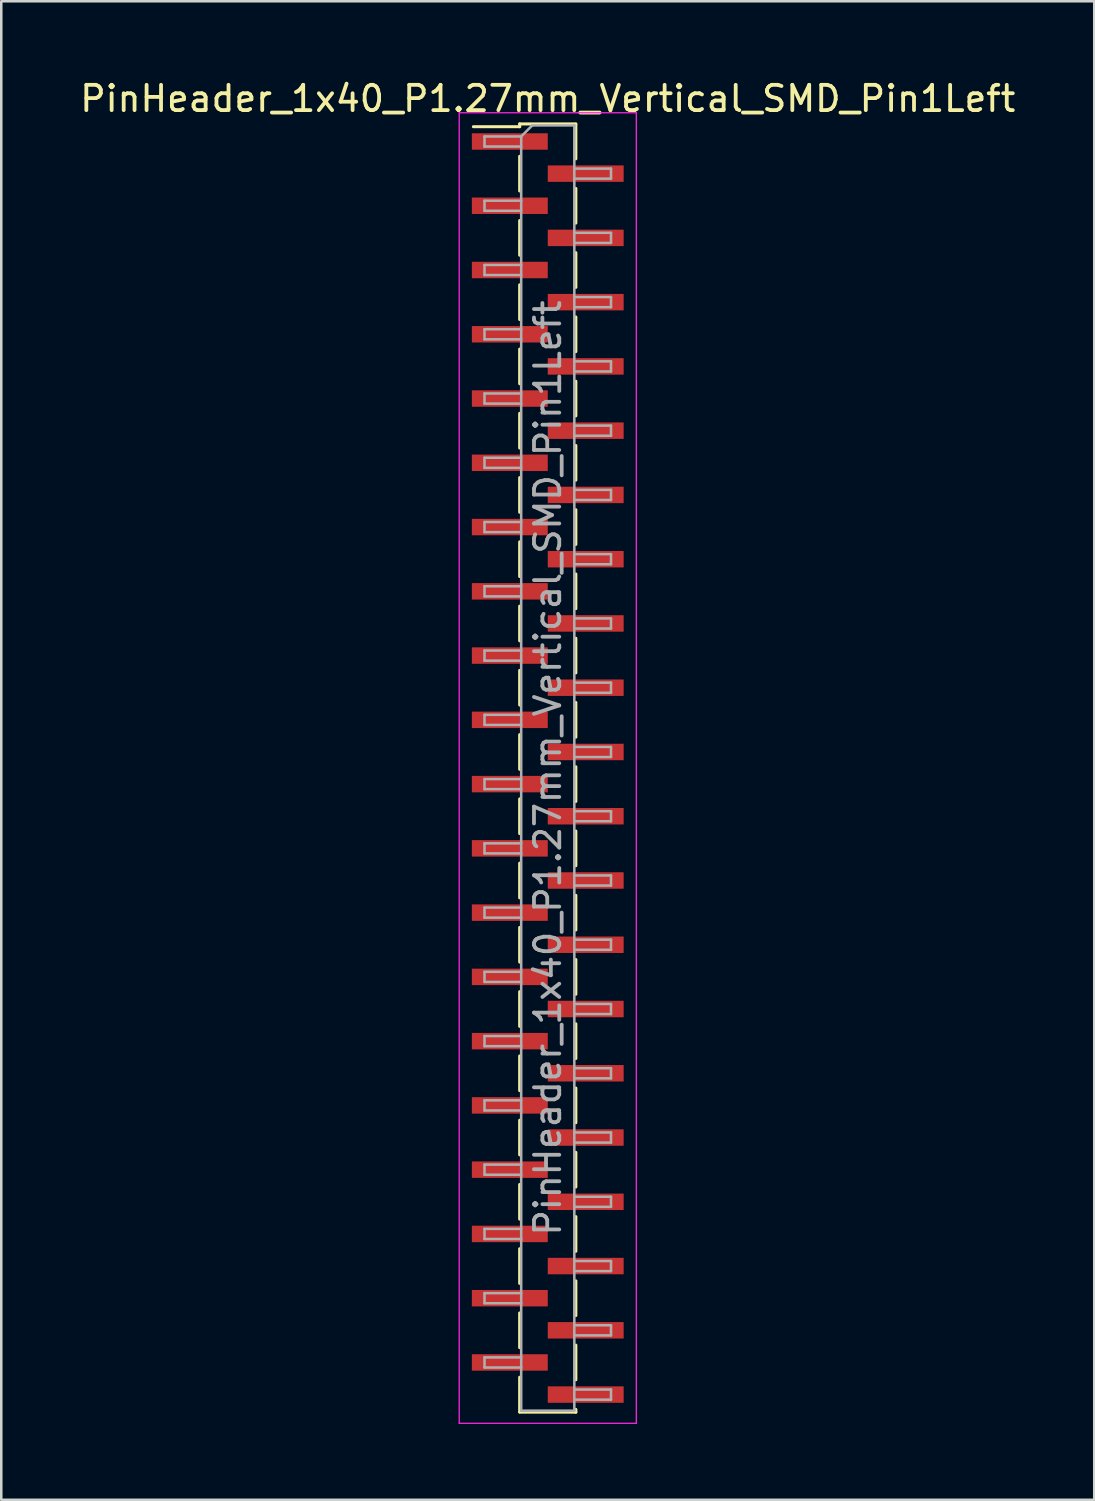
<source format=kicad_pcb>
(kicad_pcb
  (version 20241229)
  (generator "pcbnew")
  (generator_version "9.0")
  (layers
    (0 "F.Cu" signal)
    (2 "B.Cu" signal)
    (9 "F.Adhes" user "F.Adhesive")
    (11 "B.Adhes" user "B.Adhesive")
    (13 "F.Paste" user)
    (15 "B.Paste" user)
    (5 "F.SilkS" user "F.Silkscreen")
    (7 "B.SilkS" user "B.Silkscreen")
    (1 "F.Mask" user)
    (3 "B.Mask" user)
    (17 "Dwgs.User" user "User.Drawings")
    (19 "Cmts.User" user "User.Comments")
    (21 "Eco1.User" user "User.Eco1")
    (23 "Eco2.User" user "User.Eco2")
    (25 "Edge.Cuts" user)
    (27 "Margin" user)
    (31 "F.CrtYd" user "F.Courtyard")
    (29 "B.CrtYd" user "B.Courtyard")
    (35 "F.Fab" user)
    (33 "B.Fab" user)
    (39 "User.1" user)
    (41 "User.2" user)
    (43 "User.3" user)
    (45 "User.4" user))
  (footprint "PinHeader_1x40_P1.27mm_Vertical_SMD_Pin1Left"
    (layer "F.Cu")
    (at 18.601 27.308)
    (property "Reference" "PinHeader_1x40_P1.27mm_Vertical_SMD_Pin1Left" (at 0 -26.46 0) (layer "F.SilkS") (effects (font (size 1 1) (thickness 0.15))))
    (attr smd)
    (fp_line (start -1.11 -25.46) (end -1.11 -25.35) (stroke (width 0.12) (type solid)) (layer "F.SilkS"))
    (fp_line (start -1.11 -25.46) (end 1.11 -25.46) (stroke (width 0.12) (type solid)) (layer "F.SilkS"))
    (fp_line (start -1.11 -25.35) (end -2.94 -25.35) (stroke (width 0.12) (type solid)) (layer "F.SilkS"))
    (fp_line (start -1.11 -24.18) (end -1.11 -22.81) (stroke (width 0.12) (type solid)) (layer "F.SilkS"))
    (fp_line (start -1.11 -21.64) (end -1.11 -20.27) (stroke (width 0.12) (type solid)) (layer "F.SilkS"))
    (fp_line (start -1.11 -19.1) (end -1.11 -17.73) (stroke (width 0.12) (type solid)) (layer "F.SilkS"))
    (fp_line (start -1.11 -16.56) (end -1.11 -15.19) (stroke (width 0.12) (type solid)) (layer "F.SilkS"))
    (fp_line (start -1.11 -14.02) (end -1.11 -12.65) (stroke (width 0.12) (type solid)) (layer "F.SilkS"))
    (fp_line (start -1.11 -11.48) (end -1.11 -10.11) (stroke (width 0.12) (type solid)) (layer "F.SilkS"))
    (fp_line (start -1.11 -8.94) (end -1.11 -7.57) (stroke (width 0.12) (type solid)) (layer "F.SilkS"))
    (fp_line (start -1.11 -6.4) (end -1.11 -5.03) (stroke (width 0.12) (type solid)) (layer "F.SilkS"))
    (fp_line (start -1.11 -3.86) (end -1.11 -2.49) (stroke (width 0.12) (type solid)) (layer "F.SilkS"))
    (fp_line (start -1.11 -1.32) (end -1.11 0.05) (stroke (width 0.12) (type solid)) (layer "F.SilkS"))
    (fp_line (start -1.11 1.22) (end -1.11 2.59) (stroke (width 0.12) (type solid)) (layer "F.SilkS"))
    (fp_line (start -1.11 3.76) (end -1.11 5.13) (stroke (width 0.12) (type solid)) (layer "F.SilkS"))
    (fp_line (start -1.11 6.3) (end -1.11 7.67) (stroke (width 0.12) (type solid)) (layer "F.SilkS"))
    (fp_line (start -1.11 8.84) (end -1.11 10.21) (stroke (width 0.12) (type solid)) (layer "F.SilkS"))
    (fp_line (start -1.11 11.38) (end -1.11 12.75) (stroke (width 0.12) (type solid)) (layer "F.SilkS"))
    (fp_line (start -1.11 13.92) (end -1.11 15.29) (stroke (width 0.12) (type solid)) (layer "F.SilkS"))
    (fp_line (start -1.11 16.46) (end -1.11 17.83) (stroke (width 0.12) (type solid)) (layer "F.SilkS"))
    (fp_line (start -1.11 19) (end -1.11 20.37) (stroke (width 0.12) (type solid)) (layer "F.SilkS"))
    (fp_line (start -1.11 21.54) (end -1.11 22.91) (stroke (width 0.12) (type solid)) (layer "F.SilkS"))
    (fp_line (start -1.11 24.08) (end -1.11 25.45) (stroke (width 0.12) (type solid)) (layer "F.SilkS"))
    (fp_line (start -1.11 25.46) (end 1.11 25.46) (stroke (width 0.12) (type solid)) (layer "F.SilkS"))
    (fp_line (start 1.11 -25.45) (end 1.11 -24.08) (stroke (width 0.12) (type solid)) (layer "F.SilkS"))
    (fp_line (start 1.11 -22.91) (end 1.11 -21.54) (stroke (width 0.12) (type solid)) (layer "F.SilkS"))
    (fp_line (start 1.11 -20.37) (end 1.11 -19) (stroke (width 0.12) (type solid)) (layer "F.SilkS"))
    (fp_line (start 1.11 -17.83) (end 1.11 -16.46) (stroke (width 0.12) (type solid)) (layer "F.SilkS"))
    (fp_line (start 1.11 -15.29) (end 1.11 -13.92) (stroke (width 0.12) (type solid)) (layer "F.SilkS"))
    (fp_line (start 1.11 -12.75) (end 1.11 -11.38) (stroke (width 0.12) (type solid)) (layer "F.SilkS"))
    (fp_line (start 1.11 -10.21) (end 1.11 -8.84) (stroke (width 0.12) (type solid)) (layer "F.SilkS"))
    (fp_line (start 1.11 -7.67) (end 1.11 -6.3) (stroke (width 0.12) (type solid)) (layer "F.SilkS"))
    (fp_line (start 1.11 -5.13) (end 1.11 -3.76) (stroke (width 0.12) (type solid)) (layer "F.SilkS"))
    (fp_line (start 1.11 -2.59) (end 1.11 -1.22) (stroke (width 0.12) (type solid)) (layer "F.SilkS"))
    (fp_line (start 1.11 -0.05) (end 1.11 1.32) (stroke (width 0.12) (type solid)) (layer "F.SilkS"))
    (fp_line (start 1.11 2.49) (end 1.11 3.86) (stroke (width 0.12) (type solid)) (layer "F.SilkS"))
    (fp_line (start 1.11 5.03) (end 1.11 6.4) (stroke (width 0.12) (type solid)) (layer "F.SilkS"))
    (fp_line (start 1.11 7.57) (end 1.11 8.94) (stroke (width 0.12) (type solid)) (layer "F.SilkS"))
    (fp_line (start 1.11 10.11) (end 1.11 11.48) (stroke (width 0.12) (type solid)) (layer "F.SilkS"))
    (fp_line (start 1.11 12.65) (end 1.11 14.02) (stroke (width 0.12) (type solid)) (layer "F.SilkS"))
    (fp_line (start 1.11 15.19) (end 1.11 16.56) (stroke (width 0.12) (type solid)) (layer "F.SilkS"))
    (fp_line (start 1.11 17.73) (end 1.11 19.1) (stroke (width 0.12) (type solid)) (layer "F.SilkS"))
    (fp_line (start 1.11 20.27) (end 1.11 21.64) (stroke (width 0.12) (type solid)) (layer "F.SilkS"))
    (fp_line (start 1.11 22.81) (end 1.11 24.18) (stroke (width 0.12) (type solid)) (layer "F.SilkS"))
    (fp_line (start 1.11 25.35) (end 1.11 25.46) (stroke (width 0.12) (type solid)) (layer "F.SilkS"))
    (fp_line (start -3.5 -25.9) (end -3.5 25.9) (stroke (width 0.05) (type solid)) (layer "F.CrtYd"))
    (fp_line (start -3.5 25.9) (end 3.5 25.9) (stroke (width 0.05) (type solid)) (layer "F.CrtYd"))
    (fp_line (start 3.5 -25.9) (end -3.5 -25.9) (stroke (width 0.05) (type solid)) (layer "F.CrtYd"))
    (fp_line (start 3.5 25.9) (end 3.5 -25.9) (stroke (width 0.05) (type solid)) (layer "F.CrtYd"))
    (fp_line (start -2.5 -24.965) (end -2.5 -24.565) (stroke (width 0.1) (type solid)) (layer "F.Fab"))
    (fp_line (start -2.5 -24.565) (end -1.05 -24.565) (stroke (width 0.1) (type solid)) (layer "F.Fab"))
    (fp_line (start -2.5 -22.425) (end -2.5 -22.025) (stroke (width 0.1) (type solid)) (layer "F.Fab"))
    (fp_line (start -2.5 -22.025) (end -1.05 -22.025) (stroke (width 0.1) (type solid)) (layer "F.Fab"))
    (fp_line (start -2.5 -19.885) (end -2.5 -19.485) (stroke (width 0.1) (type solid)) (layer "F.Fab"))
    (fp_line (start -2.5 -19.485) (end -1.05 -19.485) (stroke (width 0.1) (type solid)) (layer "F.Fab"))
    (fp_line (start -2.5 -17.345) (end -2.5 -16.945) (stroke (width 0.1) (type solid)) (layer "F.Fab"))
    (fp_line (start -2.5 -16.945) (end -1.05 -16.945) (stroke (width 0.1) (type solid)) (layer "F.Fab"))
    (fp_line (start -2.5 -14.805) (end -2.5 -14.405) (stroke (width 0.1) (type solid)) (layer "F.Fab"))
    (fp_line (start -2.5 -14.405) (end -1.05 -14.405) (stroke (width 0.1) (type solid)) (layer "F.Fab"))
    (fp_line (start -2.5 -12.265) (end -2.5 -11.865) (stroke (width 0.1) (type solid)) (layer "F.Fab"))
    (fp_line (start -2.5 -11.865) (end -1.05 -11.865) (stroke (width 0.1) (type solid)) (layer "F.Fab"))
    (fp_line (start -2.5 -9.725) (end -2.5 -9.325) (stroke (width 0.1) (type solid)) (layer "F.Fab"))
    (fp_line (start -2.5 -9.325) (end -1.05 -9.325) (stroke (width 0.1) (type solid)) (layer "F.Fab"))
    (fp_line (start -2.5 -7.185) (end -2.5 -6.785) (stroke (width 0.1) (type solid)) (layer "F.Fab"))
    (fp_line (start -2.5 -6.785) (end -1.05 -6.785) (stroke (width 0.1) (type solid)) (layer "F.Fab"))
    (fp_line (start -2.5 -4.645) (end -2.5 -4.245) (stroke (width 0.1) (type solid)) (layer "F.Fab"))
    (fp_line (start -2.5 -4.245) (end -1.05 -4.245) (stroke (width 0.1) (type solid)) (layer "F.Fab"))
    (fp_line (start -2.5 -2.105) (end -2.5 -1.705) (stroke (width 0.1) (type solid)) (layer "F.Fab"))
    (fp_line (start -2.5 -1.705) (end -1.05 -1.705) (stroke (width 0.1) (type solid)) (layer "F.Fab"))
    (fp_line (start -2.5 0.435) (end -2.5 0.835) (stroke (width 0.1) (type solid)) (layer "F.Fab"))
    (fp_line (start -2.5 0.835) (end -1.05 0.835) (stroke (width 0.1) (type solid)) (layer "F.Fab"))
    (fp_line (start -2.5 2.975) (end -2.5 3.375) (stroke (width 0.1) (type solid)) (layer "F.Fab"))
    (fp_line (start -2.5 3.375) (end -1.05 3.375) (stroke (width 0.1) (type solid)) (layer "F.Fab"))
    (fp_line (start -2.5 5.515) (end -2.5 5.915) (stroke (width 0.1) (type solid)) (layer "F.Fab"))
    (fp_line (start -2.5 5.915) (end -1.05 5.915) (stroke (width 0.1) (type solid)) (layer "F.Fab"))
    (fp_line (start -2.5 8.055) (end -2.5 8.455) (stroke (width 0.1) (type solid)) (layer "F.Fab"))
    (fp_line (start -2.5 8.455) (end -1.05 8.455) (stroke (width 0.1) (type solid)) (layer "F.Fab"))
    (fp_line (start -2.5 10.595) (end -2.5 10.995) (stroke (width 0.1) (type solid)) (layer "F.Fab"))
    (fp_line (start -2.5 10.995) (end -1.05 10.995) (stroke (width 0.1) (type solid)) (layer "F.Fab"))
    (fp_line (start -2.5 13.135) (end -2.5 13.535) (stroke (width 0.1) (type solid)) (layer "F.Fab"))
    (fp_line (start -2.5 13.535) (end -1.05 13.535) (stroke (width 0.1) (type solid)) (layer "F.Fab"))
    (fp_line (start -2.5 15.675) (end -2.5 16.075) (stroke (width 0.1) (type solid)) (layer "F.Fab"))
    (fp_line (start -2.5 16.075) (end -1.05 16.075) (stroke (width 0.1) (type solid)) (layer "F.Fab"))
    (fp_line (start -2.5 18.215) (end -2.5 18.615) (stroke (width 0.1) (type solid)) (layer "F.Fab"))
    (fp_line (start -2.5 18.615) (end -1.05 18.615) (stroke (width 0.1) (type solid)) (layer "F.Fab"))
    (fp_line (start -2.5 20.755) (end -2.5 21.155) (stroke (width 0.1) (type solid)) (layer "F.Fab"))
    (fp_line (start -2.5 21.155) (end -1.05 21.155) (stroke (width 0.1) (type solid)) (layer "F.Fab"))
    (fp_line (start -2.5 23.295) (end -2.5 23.695) (stroke (width 0.1) (type solid)) (layer "F.Fab"))
    (fp_line (start -2.5 23.695) (end -1.05 23.695) (stroke (width 0.1) (type solid)) (layer "F.Fab"))
    (fp_line (start -1.05 -24.965) (end -2.5 -24.965) (stroke (width 0.1) (type solid)) (layer "F.Fab"))
    (fp_line (start -1.05 -24.965) (end -0.615 -25.4) (stroke (width 0.1) (type solid)) (layer "F.Fab"))
    (fp_line (start -1.05 -22.425) (end -2.5 -22.425) (stroke (width 0.1) (type solid)) (layer "F.Fab"))
    (fp_line (start -1.05 -19.885) (end -2.5 -19.885) (stroke (width 0.1) (type solid)) (layer "F.Fab"))
    (fp_line (start -1.05 -17.345) (end -2.5 -17.345) (stroke (width 0.1) (type solid)) (layer "F.Fab"))
    (fp_line (start -1.05 -14.805) (end -2.5 -14.805) (stroke (width 0.1) (type solid)) (layer "F.Fab"))
    (fp_line (start -1.05 -12.265) (end -2.5 -12.265) (stroke (width 0.1) (type solid)) (layer "F.Fab"))
    (fp_line (start -1.05 -9.725) (end -2.5 -9.725) (stroke (width 0.1) (type solid)) (layer "F.Fab"))
    (fp_line (start -1.05 -7.185) (end -2.5 -7.185) (stroke (width 0.1) (type solid)) (layer "F.Fab"))
    (fp_line (start -1.05 -4.645) (end -2.5 -4.645) (stroke (width 0.1) (type solid)) (layer "F.Fab"))
    (fp_line (start -1.05 -2.105) (end -2.5 -2.105) (stroke (width 0.1) (type solid)) (layer "F.Fab"))
    (fp_line (start -1.05 0.435) (end -2.5 0.435) (stroke (width 0.1) (type solid)) (layer "F.Fab"))
    (fp_line (start -1.05 2.975) (end -2.5 2.975) (stroke (width 0.1) (type solid)) (layer "F.Fab"))
    (fp_line (start -1.05 5.515) (end -2.5 5.515) (stroke (width 0.1) (type solid)) (layer "F.Fab"))
    (fp_line (start -1.05 8.055) (end -2.5 8.055) (stroke (width 0.1) (type solid)) (layer "F.Fab"))
    (fp_line (start -1.05 10.595) (end -2.5 10.595) (stroke (width 0.1) (type solid)) (layer "F.Fab"))
    (fp_line (start -1.05 13.135) (end -2.5 13.135) (stroke (width 0.1) (type solid)) (layer "F.Fab"))
    (fp_line (start -1.05 15.675) (end -2.5 15.675) (stroke (width 0.1) (type solid)) (layer "F.Fab"))
    (fp_line (start -1.05 18.215) (end -2.5 18.215) (stroke (width 0.1) (type solid)) (layer "F.Fab"))
    (fp_line (start -1.05 20.755) (end -2.5 20.755) (stroke (width 0.1) (type solid)) (layer "F.Fab"))
    (fp_line (start -1.05 23.295) (end -2.5 23.295) (stroke (width 0.1) (type solid)) (layer "F.Fab"))
    (fp_line (start -1.05 25.4) (end -1.05 -24.965) (stroke (width 0.1) (type solid)) (layer "F.Fab"))
    (fp_line (start -0.615 -25.4) (end 1.05 -25.4) (stroke (width 0.1) (type solid)) (layer "F.Fab"))
    (fp_line (start 1.05 -25.4) (end 1.05 25.4) (stroke (width 0.1) (type solid)) (layer "F.Fab"))
    (fp_line (start 1.05 -23.695) (end 2.5 -23.695) (stroke (width 0.1) (type solid)) (layer "F.Fab"))
    (fp_line (start 1.05 -21.155) (end 2.5 -21.155) (stroke (width 0.1) (type solid)) (layer "F.Fab"))
    (fp_line (start 1.05 -18.615) (end 2.5 -18.615) (stroke (width 0.1) (type solid)) (layer "F.Fab"))
    (fp_line (start 1.05 -16.075) (end 2.5 -16.075) (stroke (width 0.1) (type solid)) (layer "F.Fab"))
    (fp_line (start 1.05 -13.535) (end 2.5 -13.535) (stroke (width 0.1) (type solid)) (layer "F.Fab"))
    (fp_line (start 1.05 -10.995) (end 2.5 -10.995) (stroke (width 0.1) (type solid)) (layer "F.Fab"))
    (fp_line (start 1.05 -8.455) (end 2.5 -8.455) (stroke (width 0.1) (type solid)) (layer "F.Fab"))
    (fp_line (start 1.05 -5.915) (end 2.5 -5.915) (stroke (width 0.1) (type solid)) (layer "F.Fab"))
    (fp_line (start 1.05 -3.375) (end 2.5 -3.375) (stroke (width 0.1) (type solid)) (layer "F.Fab"))
    (fp_line (start 1.05 -0.835) (end 2.5 -0.835) (stroke (width 0.1) (type solid)) (layer "F.Fab"))
    (fp_line (start 1.05 1.705) (end 2.5 1.705) (stroke (width 0.1) (type solid)) (layer "F.Fab"))
    (fp_line (start 1.05 4.245) (end 2.5 4.245) (stroke (width 0.1) (type solid)) (layer "F.Fab"))
    (fp_line (start 1.05 6.785) (end 2.5 6.785) (stroke (width 0.1) (type solid)) (layer "F.Fab"))
    (fp_line (start 1.05 9.325) (end 2.5 9.325) (stroke (width 0.1) (type solid)) (layer "F.Fab"))
    (fp_line (start 1.05 11.865) (end 2.5 11.865) (stroke (width 0.1) (type solid)) (layer "F.Fab"))
    (fp_line (start 1.05 14.405) (end 2.5 14.405) (stroke (width 0.1) (type solid)) (layer "F.Fab"))
    (fp_line (start 1.05 16.945) (end 2.5 16.945) (stroke (width 0.1) (type solid)) (layer "F.Fab"))
    (fp_line (start 1.05 19.485) (end 2.5 19.485) (stroke (width 0.1) (type solid)) (layer "F.Fab"))
    (fp_line (start 1.05 22.025) (end 2.5 22.025) (stroke (width 0.1) (type solid)) (layer "F.Fab"))
    (fp_line (start 1.05 24.565) (end 2.5 24.565) (stroke (width 0.1) (type solid)) (layer "F.Fab"))
    (fp_line (start 1.05 25.4) (end -1.05 25.4) (stroke (width 0.1) (type solid)) (layer "F.Fab"))
    (fp_line (start 2.5 -23.695) (end 2.5 -23.295) (stroke (width 0.1) (type solid)) (layer "F.Fab"))
    (fp_line (start 2.5 -23.295) (end 1.05 -23.295) (stroke (width 0.1) (type solid)) (layer "F.Fab"))
    (fp_line (start 2.5 -21.155) (end 2.5 -20.755) (stroke (width 0.1) (type solid)) (layer "F.Fab"))
    (fp_line (start 2.5 -20.755) (end 1.05 -20.755) (stroke (width 0.1) (type solid)) (layer "F.Fab"))
    (fp_line (start 2.5 -18.615) (end 2.5 -18.215) (stroke (width 0.1) (type solid)) (layer "F.Fab"))
    (fp_line (start 2.5 -18.215) (end 1.05 -18.215) (stroke (width 0.1) (type solid)) (layer "F.Fab"))
    (fp_line (start 2.5 -16.075) (end 2.5 -15.675) (stroke (width 0.1) (type solid)) (layer "F.Fab"))
    (fp_line (start 2.5 -15.675) (end 1.05 -15.675) (stroke (width 0.1) (type solid)) (layer "F.Fab"))
    (fp_line (start 2.5 -13.535) (end 2.5 -13.135) (stroke (width 0.1) (type solid)) (layer "F.Fab"))
    (fp_line (start 2.5 -13.135) (end 1.05 -13.135) (stroke (width 0.1) (type solid)) (layer "F.Fab"))
    (fp_line (start 2.5 -10.995) (end 2.5 -10.595) (stroke (width 0.1) (type solid)) (layer "F.Fab"))
    (fp_line (start 2.5 -10.595) (end 1.05 -10.595) (stroke (width 0.1) (type solid)) (layer "F.Fab"))
    (fp_line (start 2.5 -8.455) (end 2.5 -8.055) (stroke (width 0.1) (type solid)) (layer "F.Fab"))
    (fp_line (start 2.5 -8.055) (end 1.05 -8.055) (stroke (width 0.1) (type solid)) (layer "F.Fab"))
    (fp_line (start 2.5 -5.915) (end 2.5 -5.515) (stroke (width 0.1) (type solid)) (layer "F.Fab"))
    (fp_line (start 2.5 -5.515) (end 1.05 -5.515) (stroke (width 0.1) (type solid)) (layer "F.Fab"))
    (fp_line (start 2.5 -3.375) (end 2.5 -2.975) (stroke (width 0.1) (type solid)) (layer "F.Fab"))
    (fp_line (start 2.5 -2.975) (end 1.05 -2.975) (stroke (width 0.1) (type solid)) (layer "F.Fab"))
    (fp_line (start 2.5 -0.835) (end 2.5 -0.435) (stroke (width 0.1) (type solid)) (layer "F.Fab"))
    (fp_line (start 2.5 -0.435) (end 1.05 -0.435) (stroke (width 0.1) (type solid)) (layer "F.Fab"))
    (fp_line (start 2.5 1.705) (end 2.5 2.105) (stroke (width 0.1) (type solid)) (layer "F.Fab"))
    (fp_line (start 2.5 2.105) (end 1.05 2.105) (stroke (width 0.1) (type solid)) (layer "F.Fab"))
    (fp_line (start 2.5 4.245) (end 2.5 4.645) (stroke (width 0.1) (type solid)) (layer "F.Fab"))
    (fp_line (start 2.5 4.645) (end 1.05 4.645) (stroke (width 0.1) (type solid)) (layer "F.Fab"))
    (fp_line (start 2.5 6.785) (end 2.5 7.185) (stroke (width 0.1) (type solid)) (layer "F.Fab"))
    (fp_line (start 2.5 7.185) (end 1.05 7.185) (stroke (width 0.1) (type solid)) (layer "F.Fab"))
    (fp_line (start 2.5 9.325) (end 2.5 9.725) (stroke (width 0.1) (type solid)) (layer "F.Fab"))
    (fp_line (start 2.5 9.725) (end 1.05 9.725) (stroke (width 0.1) (type solid)) (layer "F.Fab"))
    (fp_line (start 2.5 11.865) (end 2.5 12.265) (stroke (width 0.1) (type solid)) (layer "F.Fab"))
    (fp_line (start 2.5 12.265) (end 1.05 12.265) (stroke (width 0.1) (type solid)) (layer "F.Fab"))
    (fp_line (start 2.5 14.405) (end 2.5 14.805) (stroke (width 0.1) (type solid)) (layer "F.Fab"))
    (fp_line (start 2.5 14.805) (end 1.05 14.805) (stroke (width 0.1) (type solid)) (layer "F.Fab"))
    (fp_line (start 2.5 16.945) (end 2.5 17.345) (stroke (width 0.1) (type solid)) (layer "F.Fab"))
    (fp_line (start 2.5 17.345) (end 1.05 17.345) (stroke (width 0.1) (type solid)) (layer "F.Fab"))
    (fp_line (start 2.5 19.485) (end 2.5 19.885) (stroke (width 0.1) (type solid)) (layer "F.Fab"))
    (fp_line (start 2.5 19.885) (end 1.05 19.885) (stroke (width 0.1) (type solid)) (layer "F.Fab"))
    (fp_line (start 2.5 22.025) (end 2.5 22.425) (stroke (width 0.1) (type solid)) (layer "F.Fab"))
    (fp_line (start 2.5 22.425) (end 1.05 22.425) (stroke (width 0.1) (type solid)) (layer "F.Fab"))
    (fp_line (start 2.5 24.565) (end 2.5 24.965) (stroke (width 0.1) (type solid)) (layer "F.Fab"))
    (fp_line (start 2.5 24.965) (end 1.05 24.965) (stroke (width 0.1) (type solid)) (layer "F.Fab"))
    (fp_text user "${REFERENCE}" (at 0 0 90) (layer "F.Fab") (effects (font (size 1 1) (thickness 0.15))))
    (pad "1" smd rect (at -1.5 -24.765) (size 3 0.65) (layers "F.Cu" "F.Mask" "F.Paste"))
    (pad "2" smd rect (at 1.5 -23.495) (size 3 0.65) (layers "F.Cu" "F.Mask" "F.Paste"))
    (pad "3" smd rect (at -1.5 -22.225) (size 3 0.65) (layers "F.Cu" "F.Mask" "F.Paste"))
    (pad "4" smd rect (at 1.5 -20.955) (size 3 0.65) (layers "F.Cu" "F.Mask" "F.Paste"))
    (pad "5" smd rect (at -1.5 -19.685) (size 3 0.65) (layers "F.Cu" "F.Mask" "F.Paste"))
    (pad "6" smd rect (at 1.5 -18.415) (size 3 0.65) (layers "F.Cu" "F.Mask" "F.Paste"))
    (pad "7" smd rect (at -1.5 -17.145) (size 3 0.65) (layers "F.Cu" "F.Mask" "F.Paste"))
    (pad "8" smd rect (at 1.5 -15.875) (size 3 0.65) (layers "F.Cu" "F.Mask" "F.Paste"))
    (pad "9" smd rect (at -1.5 -14.605) (size 3 0.65) (layers "F.Cu" "F.Mask" "F.Paste"))
    (pad "10" smd rect (at 1.5 -13.335) (size 3 0.65) (layers "F.Cu" "F.Mask" "F.Paste"))
    (pad "11" smd rect (at -1.5 -12.065) (size 3 0.65) (layers "F.Cu" "F.Mask" "F.Paste"))
    (pad "12" smd rect (at 1.5 -10.795) (size 3 0.65) (layers "F.Cu" "F.Mask" "F.Paste"))
    (pad "13" smd rect (at -1.5 -9.525) (size 3 0.65) (layers "F.Cu" "F.Mask" "F.Paste"))
    (pad "14" smd rect (at 1.5 -8.255) (size 3 0.65) (layers "F.Cu" "F.Mask" "F.Paste"))
    (pad "15" smd rect (at -1.5 -6.985) (size 3 0.65) (layers "F.Cu" "F.Mask" "F.Paste"))
    (pad "16" smd rect (at 1.5 -5.715) (size 3 0.65) (layers "F.Cu" "F.Mask" "F.Paste"))
    (pad "17" smd rect (at -1.5 -4.445) (size 3 0.65) (layers "F.Cu" "F.Mask" "F.Paste"))
    (pad "18" smd rect (at 1.5 -3.175) (size 3 0.65) (layers "F.Cu" "F.Mask" "F.Paste"))
    (pad "19" smd rect (at -1.5 -1.905) (size 3 0.65) (layers "F.Cu" "F.Mask" "F.Paste"))
    (pad "20" smd rect (at 1.5 -0.635) (size 3 0.65) (layers "F.Cu" "F.Mask" "F.Paste"))
    (pad "21" smd rect (at -1.5 0.635) (size 3 0.65) (layers "F.Cu" "F.Mask" "F.Paste"))
    (pad "22" smd rect (at 1.5 1.905) (size 3 0.65) (layers "F.Cu" "F.Mask" "F.Paste"))
    (pad "23" smd rect (at -1.5 3.175) (size 3 0.65) (layers "F.Cu" "F.Mask" "F.Paste"))
    (pad "24" smd rect (at 1.5 4.445) (size 3 0.65) (layers "F.Cu" "F.Mask" "F.Paste"))
    (pad "25" smd rect (at -1.5 5.715) (size 3 0.65) (layers "F.Cu" "F.Mask" "F.Paste"))
    (pad "26" smd rect (at 1.5 6.985) (size 3 0.65) (layers "F.Cu" "F.Mask" "F.Paste"))
    (pad "27" smd rect (at -1.5 8.255) (size 3 0.65) (layers "F.Cu" "F.Mask" "F.Paste"))
    (pad "28" smd rect (at 1.5 9.525) (size 3 0.65) (layers "F.Cu" "F.Mask" "F.Paste"))
    (pad "29" smd rect (at -1.5 10.795) (size 3 0.65) (layers "F.Cu" "F.Mask" "F.Paste"))
    (pad "30" smd rect (at 1.5 12.065) (size 3 0.65) (layers "F.Cu" "F.Mask" "F.Paste"))
    (pad "31" smd rect (at -1.5 13.335) (size 3 0.65) (layers "F.Cu" "F.Mask" "F.Paste"))
    (pad "32" smd rect (at 1.5 14.605) (size 3 0.65) (layers "F.Cu" "F.Mask" "F.Paste"))
    (pad "33" smd rect (at -1.5 15.875) (size 3 0.65) (layers "F.Cu" "F.Mask" "F.Paste"))
    (pad "34" smd rect (at 1.5 17.145) (size 3 0.65) (layers "F.Cu" "F.Mask" "F.Paste"))
    (pad "35" smd rect (at -1.5 18.415) (size 3 0.65) (layers "F.Cu" "F.Mask" "F.Paste"))
    (pad "36" smd rect (at 1.5 19.685) (size 3 0.65) (layers "F.Cu" "F.Mask" "F.Paste"))
    (pad "37" smd rect (at -1.5 20.955) (size 3 0.65) (layers "F.Cu" "F.Mask" "F.Paste"))
    (pad "38" smd rect (at 1.5 22.225) (size 3 0.65) (layers "F.Cu" "F.Mask" "F.Paste"))
    (pad "39" smd rect (at -1.5 23.495) (size 3 0.65) (layers "F.Cu" "F.Mask" "F.Paste"))
    (pad "40" smd rect (at 1.5 24.765) (size 3 0.65) (layers "F.Cu" "F.Mask" "F.Paste")))
  (gr_rect
    (start -3 -3)
    (end 40.202 56.233)
    (stroke (width 0.1) (type default))
    (fill no)
    (layer "Edge.Cuts")))
</source>
